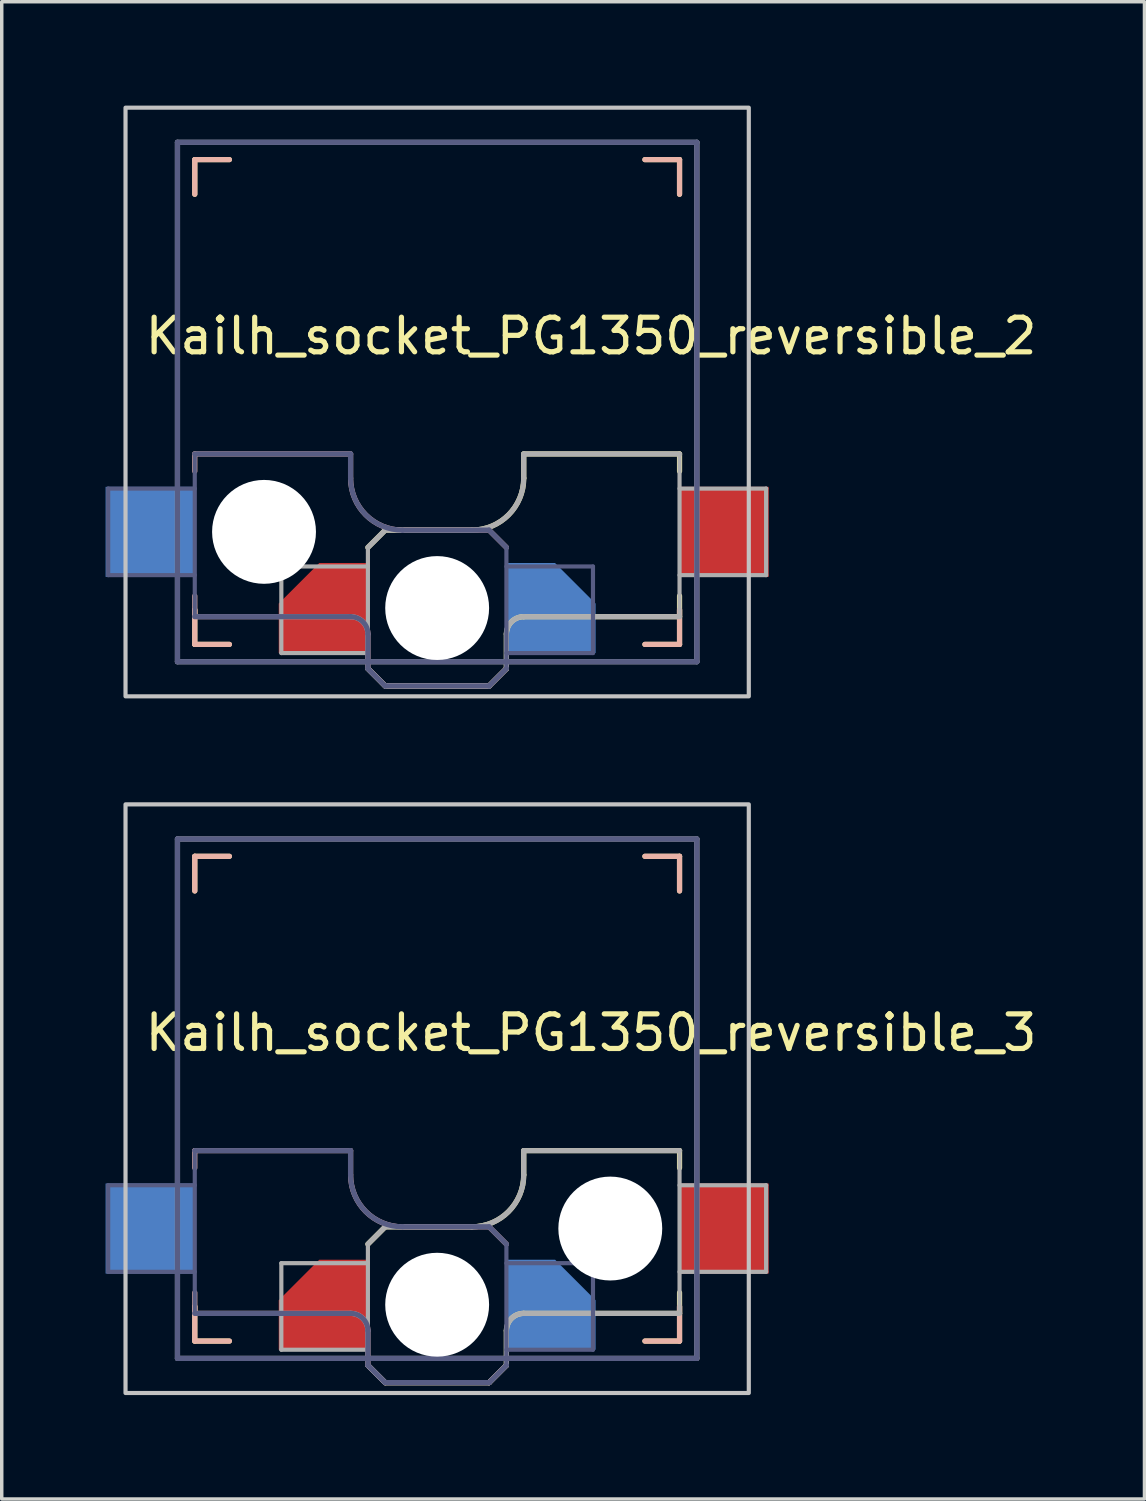
<source format=kicad_pcb>
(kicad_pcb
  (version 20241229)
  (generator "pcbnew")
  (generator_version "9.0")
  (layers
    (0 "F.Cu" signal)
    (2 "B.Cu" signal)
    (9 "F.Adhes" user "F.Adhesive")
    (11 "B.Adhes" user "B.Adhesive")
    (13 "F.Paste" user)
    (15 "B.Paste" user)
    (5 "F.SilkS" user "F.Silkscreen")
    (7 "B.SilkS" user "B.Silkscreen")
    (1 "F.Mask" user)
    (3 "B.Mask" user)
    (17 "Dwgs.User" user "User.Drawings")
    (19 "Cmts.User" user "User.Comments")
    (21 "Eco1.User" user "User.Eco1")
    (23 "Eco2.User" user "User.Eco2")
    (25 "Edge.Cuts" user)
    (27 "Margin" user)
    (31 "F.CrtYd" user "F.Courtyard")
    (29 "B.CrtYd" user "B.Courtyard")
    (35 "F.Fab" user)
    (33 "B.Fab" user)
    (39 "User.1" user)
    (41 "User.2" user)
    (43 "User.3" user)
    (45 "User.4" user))
  (footprint "Kailh_socket_PG1350_reversible_2"
    (layer "F.Cu")
    (at 9.575 8.56)
    (property "Reference" "Kailh_socket_PG1350_reversible_2" (at 4.445 -1.905 0) (layer "F.SilkS") (effects (font (size 1 1) (thickness 0.15))))
    (attr smd)
    (fp_line (start -7 -7) (end -6 -7) (stroke (width 0.15) (type solid)) (layer "F.SilkS"))
    (fp_line (start -7 -6) (end -7 -7) (stroke (width 0.15) (type solid)) (layer "F.SilkS"))
    (fp_line (start -7 7) (end -7 6) (stroke (width 0.15) (type solid)) (layer "F.SilkS"))
    (fp_line (start -6 7) (end -7 7) (stroke (width 0.15) (type solid)) (layer "F.SilkS"))
    (fp_line (start -2 4.2) (end -1.5 3.7) (stroke (width 0.15) (type solid)) (layer "F.SilkS"))
    (fp_line (start -2 7.7) (end -1.5 8.2) (stroke (width 0.15) (type solid)) (layer "F.SilkS"))
    (fp_line (start -1.5 3.7) (end 1 3.7) (stroke (width 0.15) (type solid)) (layer "F.SilkS"))
    (fp_line (start -1.5 8.2) (end 1.5 8.2) (stroke (width 0.15) (type solid)) (layer "F.SilkS"))
    (fp_line (start 1.5 8.2) (end 2 7.7) (stroke (width 0.15) (type solid)) (layer "F.SilkS"))
    (fp_line (start 2 6.7) (end 2 7.7) (stroke (width 0.15) (type solid)) (layer "F.SilkS"))
    (fp_line (start 2.5 1.5) (end 7 1.5) (stroke (width 0.15) (type solid)) (layer "F.SilkS"))
    (fp_line (start 2.5 2.2) (end 2.5 1.5) (stroke (width 0.15) (type solid)) (layer "F.SilkS"))
    (fp_line (start 6 -7) (end 7 -7) (stroke (width 0.15) (type solid)) (layer "F.SilkS"))
    (fp_line (start 7 -7) (end 7 -6) (stroke (width 0.15) (type solid)) (layer "F.SilkS"))
    (fp_line (start 7 1.5) (end 7 2) (stroke (width 0.15) (type solid)) (layer "F.SilkS"))
    (fp_line (start 7 5.6) (end 7 6.2) (stroke (width 0.15) (type solid)) (layer "F.SilkS"))
    (fp_line (start 7 6) (end 7 7) (stroke (width 0.15) (type solid)) (layer "F.SilkS"))
    (fp_line (start 7 6.2) (end 2.5 6.2) (stroke (width 0.15) (type solid)) (layer "F.SilkS"))
    (fp_line (start 7 7) (end 6 7) (stroke (width 0.15) (type solid)) (layer "F.SilkS"))
    (fp_arc (start 2 6.7) (mid 2.146447 6.346447) (end 2.5 6.2) (stroke (width 0.15) (type solid)) (layer "F.SilkS"))
    (fp_arc (start 2.5 2.2) (mid 2.06066 3.26066) (end 1 3.7) (stroke (width 0.15) (type solid)) (layer "F.SilkS"))
    (fp_line (start -7 -7) (end -6 -7) (stroke (width 0.15) (type solid)) (layer "B.SilkS"))
    (fp_line (start -7 -6) (end -7 -7) (stroke (width 0.15) (type solid)) (layer "B.SilkS"))
    (fp_line (start -7 1.5) (end -7 2) (stroke (width 0.15) (type solid)) (layer "B.SilkS"))
    (fp_line (start -7 5.6) (end -7 6.2) (stroke (width 0.15) (type solid)) (layer "B.SilkS"))
    (fp_line (start -7 6.2) (end -2.5 6.2) (stroke (width 0.15) (type solid)) (layer "B.SilkS"))
    (fp_line (start -7 7) (end -7 6) (stroke (width 0.15) (type solid)) (layer "B.SilkS"))
    (fp_line (start -6 7) (end -7 7) (stroke (width 0.15) (type solid)) (layer "B.SilkS"))
    (fp_line (start -2.5 1.5) (end -7 1.5) (stroke (width 0.15) (type solid)) (layer "B.SilkS"))
    (fp_line (start -2.5 2.2) (end -2.5 1.5) (stroke (width 0.15) (type solid)) (layer "B.SilkS"))
    (fp_line (start -2 6.7) (end -2 7.7) (stroke (width 0.15) (type solid)) (layer "B.SilkS"))
    (fp_line (start -1.5 8.2) (end -2 7.7) (stroke (width 0.15) (type solid)) (layer "B.SilkS"))
    (fp_line (start 1.5 3.7) (end -1 3.7) (stroke (width 0.15) (type solid)) (layer "B.SilkS"))
    (fp_line (start 1.5 8.2) (end -1.5 8.2) (stroke (width 0.15) (type solid)) (layer "B.SilkS"))
    (fp_line (start 2 4.2) (end 1.5 3.7) (stroke (width 0.15) (type solid)) (layer "B.SilkS"))
    (fp_line (start 2 7.7) (end 1.5 8.2) (stroke (width 0.15) (type solid)) (layer "B.SilkS"))
    (fp_line (start 6 -7) (end 7 -7) (stroke (width 0.15) (type solid)) (layer "B.SilkS"))
    (fp_line (start 7 -7) (end 7 -6) (stroke (width 0.15) (type solid)) (layer "B.SilkS"))
    (fp_line (start 7 6) (end 7 7) (stroke (width 0.15) (type solid)) (layer "B.SilkS"))
    (fp_line (start 7 7) (end 6 7) (stroke (width 0.15) (type solid)) (layer "B.SilkS"))
    (fp_arc (start -2.5 6.2) (mid -2.146447 6.346447) (end -2 6.7) (stroke (width 0.15) (type solid)) (layer "B.SilkS"))
    (fp_arc (start -1 3.7) (mid -2.06066 3.26066) (end -2.5 2.2) (stroke (width 0.15) (type solid)) (layer "B.SilkS"))
    (fp_rect (start -9 -8.5) (end 9 8.5) (stroke (width 0.12) (type solid)) (fill no) (layer "Dwgs.User"))
    (fp_line (start -6.9 6.9) (end -6.9 -6.9) (stroke (width 0.15) (type solid)) (layer "Eco2.User"))
    (fp_line (start -6.9 6.9) (end 6.9 6.9) (stroke (width 0.15) (type solid)) (layer "Eco2.User"))
    (fp_line (start -2.6 -3.1) (end -2.6 -6.3) (stroke (width 0.15) (type solid)) (layer "Eco2.User"))
    (fp_line (start -2.6 -3.1) (end 2.6 -3.1) (stroke (width 0.15) (type solid)) (layer "Eco2.User"))
    (fp_line (start 2.6 -6.3) (end -2.6 -6.3) (stroke (width 0.15) (type solid)) (layer "Eco2.User"))
    (fp_line (start 2.6 -3.1) (end 2.6 -6.3) (stroke (width 0.15) (type solid)) (layer "Eco2.User"))
    (fp_line (start 6.9 -6.9) (end -6.9 -6.9) (stroke (width 0.15) (type solid)) (layer "Eco2.User"))
    (fp_line (start 6.9 -6.9) (end 6.9 6.9) (stroke (width 0.15) (type solid)) (layer "Eco2.User"))
    (fp_line (start -9.5 2.5) (end -7 2.5) (stroke (width 0.12) (type solid)) (layer "B.Fab"))
    (fp_line (start -9.5 5) (end -9.5 2.5) (stroke (width 0.12) (type solid)) (layer "B.Fab"))
    (fp_line (start -7.5 -7.5) (end 7.5 -7.5) (stroke (width 0.15) (type solid)) (layer "B.Fab"))
    (fp_line (start -7.5 7.5) (end -7.5 -7.5) (stroke (width 0.15) (type solid)) (layer "B.Fab"))
    (fp_line (start -7 1.5) (end -7 6.2) (stroke (width 0.12) (type solid)) (layer "B.Fab"))
    (fp_line (start -7 5) (end -9.5 5) (stroke (width 0.12) (type solid)) (layer "B.Fab"))
    (fp_line (start -7 6.2) (end -2.5 6.2) (stroke (width 0.15) (type solid)) (layer "B.Fab"))
    (fp_line (start -2.5 1.5) (end -7 1.5) (stroke (width 0.15) (type solid)) (layer "B.Fab"))
    (fp_line (start -2.5 2.2) (end -2.5 1.5) (stroke (width 0.15) (type solid)) (layer "B.Fab"))
    (fp_line (start -2 6.7) (end -2 7.7) (stroke (width 0.15) (type solid)) (layer "B.Fab"))
    (fp_line (start -1.5 8.2) (end -2 7.7) (stroke (width 0.15) (type solid)) (layer "B.Fab"))
    (fp_line (start 1.5 3.7) (end -1 3.7) (stroke (width 0.15) (type solid)) (layer "B.Fab"))
    (fp_line (start 1.5 8.2) (end -1.5 8.2) (stroke (width 0.15) (type solid)) (layer "B.Fab"))
    (fp_line (start 2 4.2) (end 1.5 3.7) (stroke (width 0.15) (type solid)) (layer "B.Fab"))
    (fp_line (start 2 4.25) (end 2 7.7) (stroke (width 0.12) (type solid)) (layer "B.Fab"))
    (fp_line (start 2 4.75) (end 4.5 4.75) (stroke (width 0.12) (type solid)) (layer "B.Fab"))
    (fp_line (start 2 7.7) (end 1.5 8.2) (stroke (width 0.15) (type solid)) (layer "B.Fab"))
    (fp_line (start 4.5 4.75) (end 4.5 7.25) (stroke (width 0.12) (type solid)) (layer "B.Fab"))
    (fp_line (start 4.5 7.25) (end 2 7.25) (stroke (width 0.12) (type solid)) (layer "B.Fab"))
    (fp_line (start 7.5 -7.5) (end 7.5 7.5) (stroke (width 0.15) (type solid)) (layer "B.Fab"))
    (fp_line (start 7.5 7.5) (end -7.5 7.5) (stroke (width 0.15) (type solid)) (layer "B.Fab"))
    (fp_arc (start -2.5 6.2) (mid -2.146447 6.346447) (end -2 6.7) (stroke (width 0.15) (type solid)) (layer "B.Fab"))
    (fp_arc (start -1 3.7) (mid -2.06066 3.26066) (end -2.5 2.2) (stroke (width 0.15) (type solid)) (layer "B.Fab"))
    (fp_line (start -7.5 -7.5) (end 7.5 -7.5) (stroke (width 0.15) (type solid)) (layer "F.Fab"))
    (fp_line (start -7.5 7.5) (end -7.5 -7.5) (stroke (width 0.15) (type solid)) (layer "F.Fab"))
    (fp_line (start -4.5 4.75) (end -4.5 7.25) (stroke (width 0.12) (type solid)) (layer "F.Fab"))
    (fp_line (start -4.5 7.25) (end -2 7.25) (stroke (width 0.12) (type solid)) (layer "F.Fab"))
    (fp_line (start -2 4.2) (end -1.5 3.7) (stroke (width 0.15) (type solid)) (layer "F.Fab"))
    (fp_line (start -2 4.25) (end -2 7.7) (stroke (width 0.12) (type solid)) (layer "F.Fab"))
    (fp_line (start -2 4.75) (end -4.5 4.75) (stroke (width 0.12) (type solid)) (layer "F.Fab"))
    (fp_line (start -2 7.7) (end -1.5 8.2) (stroke (width 0.15) (type solid)) (layer "F.Fab"))
    (fp_line (start -1.5 3.7) (end 1 3.7) (stroke (width 0.15) (type solid)) (layer "F.Fab"))
    (fp_line (start -1.5 8.2) (end 1.5 8.2) (stroke (width 0.15) (type solid)) (layer "F.Fab"))
    (fp_line (start 1.5 8.2) (end 2 7.7) (stroke (width 0.15) (type solid)) (layer "F.Fab"))
    (fp_line (start 2 6.7) (end 2 7.7) (stroke (width 0.15) (type solid)) (layer "F.Fab"))
    (fp_line (start 2.5 1.5) (end 7 1.5) (stroke (width 0.15) (type solid)) (layer "F.Fab"))
    (fp_line (start 2.5 2.2) (end 2.5 1.5) (stroke (width 0.15) (type solid)) (layer "F.Fab"))
    (fp_line (start 7 1.5) (end 7 6.2) (stroke (width 0.12) (type solid)) (layer "F.Fab"))
    (fp_line (start 7 5) (end 9.5 5) (stroke (width 0.12) (type solid)) (layer "F.Fab"))
    (fp_line (start 7 6.2) (end 2.5 6.2) (stroke (width 0.15) (type solid)) (layer "F.Fab"))
    (fp_line (start 7.5 -7.5) (end 7.5 7.5) (stroke (width 0.15) (type solid)) (layer "F.Fab"))
    (fp_line (start 7.5 7.5) (end -7.5 7.5) (stroke (width 0.15) (type solid)) (layer "F.Fab"))
    (fp_line (start 9.5 2.5) (end 7 2.5) (stroke (width 0.12) (type solid)) (layer "F.Fab"))
    (fp_line (start 9.5 5) (end 9.5 2.5) (stroke (width 0.12) (type solid)) (layer "F.Fab"))
    (fp_arc (start 2 6.7) (mid 2.146447 6.346447) (end 2.5 6.2) (stroke (width 0.15) (type solid)) (layer "F.Fab"))
    (fp_arc (start 2.5 2.2) (mid 2.06066 3.26066) (end 1 3.7) (stroke (width 0.15) (type solid)) (layer "F.Fab"))
    (pad "" np_thru_hole circle (at -5 3.75) (size 3 3) (drill 3) (layers "*.Cu" "*.Mask"))
    (pad "" np_thru_hole circle (at 0 5.95) (size 3 3) (drill 3) (layers "*.Cu" "*.Mask"))
    (pad "1" smd rect (at -8.275 3.75) (size 2.6 2.6) (layers "B.Cu" "B.Mask" "B.Paste"))
    (pad "1" smd roundrect (at -3.275 5.95) (size 2.6 2.6) (layers "F.Cu" "F.Mask" "F.Paste") (roundrect_rratio 0) (chamfer_ratio 0.45) (chamfer top_left))
    (pad "2" smd roundrect (at 3.275 5.95) (size 2.6 2.6) (layers "B.Cu" "B.Mask" "B.Paste") (roundrect_rratio 0) (chamfer_ratio 0.45) (chamfer top_right))
    (pad "2" smd rect (at 8.275 3.75) (size 2.6 2.6) (layers "F.Cu" "F.Mask" "F.Paste")))
  (footprint "Kailh_socket_PG1350_reversible_3"
    (layer "F.Cu")
    (at 9.575 28.68)
    (property "Reference" "Kailh_socket_PG1350_reversible_3" (at 4.445 -1.905 0) (layer "F.SilkS") (effects (font (size 1 1) (thickness 0.15))))
    (attr smd)
    (fp_line (start -7 -7) (end -6 -7) (stroke (width 0.15) (type solid)) (layer "F.SilkS"))
    (fp_line (start -7 -6) (end -7 -7) (stroke (width 0.15) (type solid)) (layer "F.SilkS"))
    (fp_line (start -7 7) (end -7 6) (stroke (width 0.15) (type solid)) (layer "F.SilkS"))
    (fp_line (start -6 7) (end -7 7) (stroke (width 0.15) (type solid)) (layer "F.SilkS"))
    (fp_line (start -2 4.2) (end -1.5 3.7) (stroke (width 0.15) (type solid)) (layer "F.SilkS"))
    (fp_line (start -2 7.7) (end -1.5 8.2) (stroke (width 0.15) (type solid)) (layer "F.SilkS"))
    (fp_line (start -1.5 3.7) (end 1 3.7) (stroke (width 0.15) (type solid)) (layer "F.SilkS"))
    (fp_line (start -1.5 8.2) (end 1.5 8.2) (stroke (width 0.15) (type solid)) (layer "F.SilkS"))
    (fp_line (start 1.5 8.2) (end 2 7.7) (stroke (width 0.15) (type solid)) (layer "F.SilkS"))
    (fp_line (start 2 6.7) (end 2 7.7) (stroke (width 0.15) (type solid)) (layer "F.SilkS"))
    (fp_line (start 2.5 1.5) (end 7 1.5) (stroke (width 0.15) (type solid)) (layer "F.SilkS"))
    (fp_line (start 2.5 2.2) (end 2.5 1.5) (stroke (width 0.15) (type solid)) (layer "F.SilkS"))
    (fp_line (start 6 -7) (end 7 -7) (stroke (width 0.15) (type solid)) (layer "F.SilkS"))
    (fp_line (start 7 -7) (end 7 -6) (stroke (width 0.15) (type solid)) (layer "F.SilkS"))
    (fp_line (start 7 1.5) (end 7 2) (stroke (width 0.15) (type solid)) (layer "F.SilkS"))
    (fp_line (start 7 5.6) (end 7 6.2) (stroke (width 0.15) (type solid)) (layer "F.SilkS"))
    (fp_line (start 7 6) (end 7 7) (stroke (width 0.15) (type solid)) (layer "F.SilkS"))
    (fp_line (start 7 6.2) (end 2.5 6.2) (stroke (width 0.15) (type solid)) (layer "F.SilkS"))
    (fp_line (start 7 7) (end 6 7) (stroke (width 0.15) (type solid)) (layer "F.SilkS"))
    (fp_arc (start 2 6.7) (mid 2.146447 6.346447) (end 2.5 6.2) (stroke (width 0.15) (type solid)) (layer "F.SilkS"))
    (fp_arc (start 2.5 2.2) (mid 2.06066 3.26066) (end 1 3.7) (stroke (width 0.15) (type solid)) (layer "F.SilkS"))
    (fp_line (start -7 -7) (end -6 -7) (stroke (width 0.15) (type solid)) (layer "B.SilkS"))
    (fp_line (start -7 -6) (end -7 -7) (stroke (width 0.15) (type solid)) (layer "B.SilkS"))
    (fp_line (start -7 1.5) (end -7 2) (stroke (width 0.15) (type solid)) (layer "B.SilkS"))
    (fp_line (start -7 5.6) (end -7 6.2) (stroke (width 0.15) (type solid)) (layer "B.SilkS"))
    (fp_line (start -7 6.2) (end -2.5 6.2) (stroke (width 0.15) (type solid)) (layer "B.SilkS"))
    (fp_line (start -7 7) (end -7 6) (stroke (width 0.15) (type solid)) (layer "B.SilkS"))
    (fp_line (start -6 7) (end -7 7) (stroke (width 0.15) (type solid)) (layer "B.SilkS"))
    (fp_line (start -2.5 1.5) (end -7 1.5) (stroke (width 0.15) (type solid)) (layer "B.SilkS"))
    (fp_line (start -2.5 2.2) (end -2.5 1.5) (stroke (width 0.15) (type solid)) (layer "B.SilkS"))
    (fp_line (start -2 6.7) (end -2 7.7) (stroke (width 0.15) (type solid)) (layer "B.SilkS"))
    (fp_line (start -1.5 8.2) (end -2 7.7) (stroke (width 0.15) (type solid)) (layer "B.SilkS"))
    (fp_line (start 1.5 3.7) (end -1 3.7) (stroke (width 0.15) (type solid)) (layer "B.SilkS"))
    (fp_line (start 1.5 8.2) (end -1.5 8.2) (stroke (width 0.15) (type solid)) (layer "B.SilkS"))
    (fp_line (start 2 4.2) (end 1.5 3.7) (stroke (width 0.15) (type solid)) (layer "B.SilkS"))
    (fp_line (start 2 7.7) (end 1.5 8.2) (stroke (width 0.15) (type solid)) (layer "B.SilkS"))
    (fp_line (start 6 -7) (end 7 -7) (stroke (width 0.15) (type solid)) (layer "B.SilkS"))
    (fp_line (start 7 -7) (end 7 -6) (stroke (width 0.15) (type solid)) (layer "B.SilkS"))
    (fp_line (start 7 6) (end 7 7) (stroke (width 0.15) (type solid)) (layer "B.SilkS"))
    (fp_line (start 7 7) (end 6 7) (stroke (width 0.15) (type solid)) (layer "B.SilkS"))
    (fp_arc (start -2.5 6.2) (mid -2.146447 6.346447) (end -2 6.7) (stroke (width 0.15) (type solid)) (layer "B.SilkS"))
    (fp_arc (start -1 3.7) (mid -2.06066 3.26066) (end -2.5 2.2) (stroke (width 0.15) (type solid)) (layer "B.SilkS"))
    (fp_rect (start -9 -8.5) (end 9 8.5) (stroke (width 0.12) (type solid)) (fill no) (layer "Dwgs.User"))
    (fp_line (start -6.9 6.9) (end -6.9 -6.9) (stroke (width 0.15) (type solid)) (layer "Eco2.User"))
    (fp_line (start -6.9 6.9) (end 6.9 6.9) (stroke (width 0.15) (type solid)) (layer "Eco2.User"))
    (fp_line (start -2.6 -3.1) (end -2.6 -6.3) (stroke (width 0.15) (type solid)) (layer "Eco2.User"))
    (fp_line (start -2.6 -3.1) (end 2.6 -3.1) (stroke (width 0.15) (type solid)) (layer "Eco2.User"))
    (fp_line (start 2.6 -6.3) (end -2.6 -6.3) (stroke (width 0.15) (type solid)) (layer "Eco2.User"))
    (fp_line (start 2.6 -3.1) (end 2.6 -6.3) (stroke (width 0.15) (type solid)) (layer "Eco2.User"))
    (fp_line (start 6.9 -6.9) (end -6.9 -6.9) (stroke (width 0.15) (type solid)) (layer "Eco2.User"))
    (fp_line (start 6.9 -6.9) (end 6.9 6.9) (stroke (width 0.15) (type solid)) (layer "Eco2.User"))
    (fp_line (start -9.5 2.5) (end -7 2.5) (stroke (width 0.12) (type solid)) (layer "B.Fab"))
    (fp_line (start -9.5 5) (end -9.5 2.5) (stroke (width 0.12) (type solid)) (layer "B.Fab"))
    (fp_line (start -7.5 -7.5) (end 7.5 -7.5) (stroke (width 0.15) (type solid)) (layer "B.Fab"))
    (fp_line (start -7.5 7.5) (end -7.5 -7.5) (stroke (width 0.15) (type solid)) (layer "B.Fab"))
    (fp_line (start -7 1.5) (end -7 6.2) (stroke (width 0.12) (type solid)) (layer "B.Fab"))
    (fp_line (start -7 5) (end -9.5 5) (stroke (width 0.12) (type solid)) (layer "B.Fab"))
    (fp_line (start -7 6.2) (end -2.5 6.2) (stroke (width 0.15) (type solid)) (layer "B.Fab"))
    (fp_line (start -2.5 1.5) (end -7 1.5) (stroke (width 0.15) (type solid)) (layer "B.Fab"))
    (fp_line (start -2.5 2.2) (end -2.5 1.5) (stroke (width 0.15) (type solid)) (layer "B.Fab"))
    (fp_line (start -2 6.7) (end -2 7.7) (stroke (width 0.15) (type solid)) (layer "B.Fab"))
    (fp_line (start -1.5 8.2) (end -2 7.7) (stroke (width 0.15) (type solid)) (layer "B.Fab"))
    (fp_line (start 1.5 3.7) (end -1 3.7) (stroke (width 0.15) (type solid)) (layer "B.Fab"))
    (fp_line (start 1.5 8.2) (end -1.5 8.2) (stroke (width 0.15) (type solid)) (layer "B.Fab"))
    (fp_line (start 2 4.2) (end 1.5 3.7) (stroke (width 0.15) (type solid)) (layer "B.Fab"))
    (fp_line (start 2 4.25) (end 2 7.7) (stroke (width 0.12) (type solid)) (layer "B.Fab"))
    (fp_line (start 2 4.75) (end 4.5 4.75) (stroke (width 0.12) (type solid)) (layer "B.Fab"))
    (fp_line (start 2 7.7) (end 1.5 8.2) (stroke (width 0.15) (type solid)) (layer "B.Fab"))
    (fp_line (start 4.5 4.75) (end 4.5 7.25) (stroke (width 0.12) (type solid)) (layer "B.Fab"))
    (fp_line (start 4.5 7.25) (end 2 7.25) (stroke (width 0.12) (type solid)) (layer "B.Fab"))
    (fp_line (start 7.5 -7.5) (end 7.5 7.5) (stroke (width 0.15) (type solid)) (layer "B.Fab"))
    (fp_line (start 7.5 7.5) (end -7.5 7.5) (stroke (width 0.15) (type solid)) (layer "B.Fab"))
    (fp_arc (start -2.5 6.2) (mid -2.146447 6.346447) (end -2 6.7) (stroke (width 0.15) (type solid)) (layer "B.Fab"))
    (fp_arc (start -1 3.7) (mid -2.06066 3.26066) (end -2.5 2.2) (stroke (width 0.15) (type solid)) (layer "B.Fab"))
    (fp_line (start -7.5 -7.5) (end 7.5 -7.5) (stroke (width 0.15) (type solid)) (layer "F.Fab"))
    (fp_line (start -7.5 7.5) (end -7.5 -7.5) (stroke (width 0.15) (type solid)) (layer "F.Fab"))
    (fp_line (start -4.5 4.75) (end -4.5 7.25) (stroke (width 0.12) (type solid)) (layer "F.Fab"))
    (fp_line (start -4.5 7.25) (end -2 7.25) (stroke (width 0.12) (type solid)) (layer "F.Fab"))
    (fp_line (start -2 4.2) (end -1.5 3.7) (stroke (width 0.15) (type solid)) (layer "F.Fab"))
    (fp_line (start -2 4.25) (end -2 7.7) (stroke (width 0.12) (type solid)) (layer "F.Fab"))
    (fp_line (start -2 4.75) (end -4.5 4.75) (stroke (width 0.12) (type solid)) (layer "F.Fab"))
    (fp_line (start -2 7.7) (end -1.5 8.2) (stroke (width 0.15) (type solid)) (layer "F.Fab"))
    (fp_line (start -1.5 3.7) (end 1 3.7) (stroke (width 0.15) (type solid)) (layer "F.Fab"))
    (fp_line (start -1.5 8.2) (end 1.5 8.2) (stroke (width 0.15) (type solid)) (layer "F.Fab"))
    (fp_line (start 1.5 8.2) (end 2 7.7) (stroke (width 0.15) (type solid)) (layer "F.Fab"))
    (fp_line (start 2 6.7) (end 2 7.7) (stroke (width 0.15) (type solid)) (layer "F.Fab"))
    (fp_line (start 2.5 1.5) (end 7 1.5) (stroke (width 0.15) (type solid)) (layer "F.Fab"))
    (fp_line (start 2.5 2.2) (end 2.5 1.5) (stroke (width 0.15) (type solid)) (layer "F.Fab"))
    (fp_line (start 7 1.5) (end 7 6.2) (stroke (width 0.12) (type solid)) (layer "F.Fab"))
    (fp_line (start 7 5) (end 9.5 5) (stroke (width 0.12) (type solid)) (layer "F.Fab"))
    (fp_line (start 7 6.2) (end 2.5 6.2) (stroke (width 0.15) (type solid)) (layer "F.Fab"))
    (fp_line (start 7.5 -7.5) (end 7.5 7.5) (stroke (width 0.15) (type solid)) (layer "F.Fab"))
    (fp_line (start 7.5 7.5) (end -7.5 7.5) (stroke (width 0.15) (type solid)) (layer "F.Fab"))
    (fp_line (start 9.5 2.5) (end 7 2.5) (stroke (width 0.12) (type solid)) (layer "F.Fab"))
    (fp_line (start 9.5 5) (end 9.5 2.5) (stroke (width 0.12) (type solid)) (layer "F.Fab"))
    (fp_arc (start 2 6.7) (mid 2.146447 6.346447) (end 2.5 6.2) (stroke (width 0.15) (type solid)) (layer "F.Fab"))
    (fp_arc (start 2.5 2.2) (mid 2.06066 3.26066) (end 1 3.7) (stroke (width 0.15) (type solid)) (layer "F.Fab"))
    (pad "" np_thru_hole circle (at 0 5.95) (size 3 3) (drill 3) (layers "*.Cu" "*.Mask"))
    (pad "" np_thru_hole circle (at 5 3.75) (size 3 3) (drill 3) (layers "*.Cu" "*.Mask"))
    (pad "1" smd rect (at -8.275 3.75) (size 2.6 2.6) (layers "B.Cu" "B.Mask" "B.Paste"))
    (pad "1" smd roundrect (at -3.275 5.95) (size 2.6 2.6) (layers "F.Cu" "F.Mask" "F.Paste") (roundrect_rratio 0) (chamfer_ratio 0.45) (chamfer top_left))
    (pad "2" smd roundrect (at 3.275 5.95) (size 2.6 2.6) (layers "B.Cu" "B.Mask" "B.Paste") (roundrect_rratio 0) (chamfer_ratio 0.45) (chamfer top_right))
    (pad "2" smd rect (at 8.275 3.75) (size 2.6 2.6) (layers "F.Cu" "F.Mask" "F.Paste")))
  (gr_rect
    (start -3 -3)
    (end 30.002 40.24)
    (stroke (width 0.1) (type default))
    (fill no)
    (layer "Edge.Cuts")))
</source>
